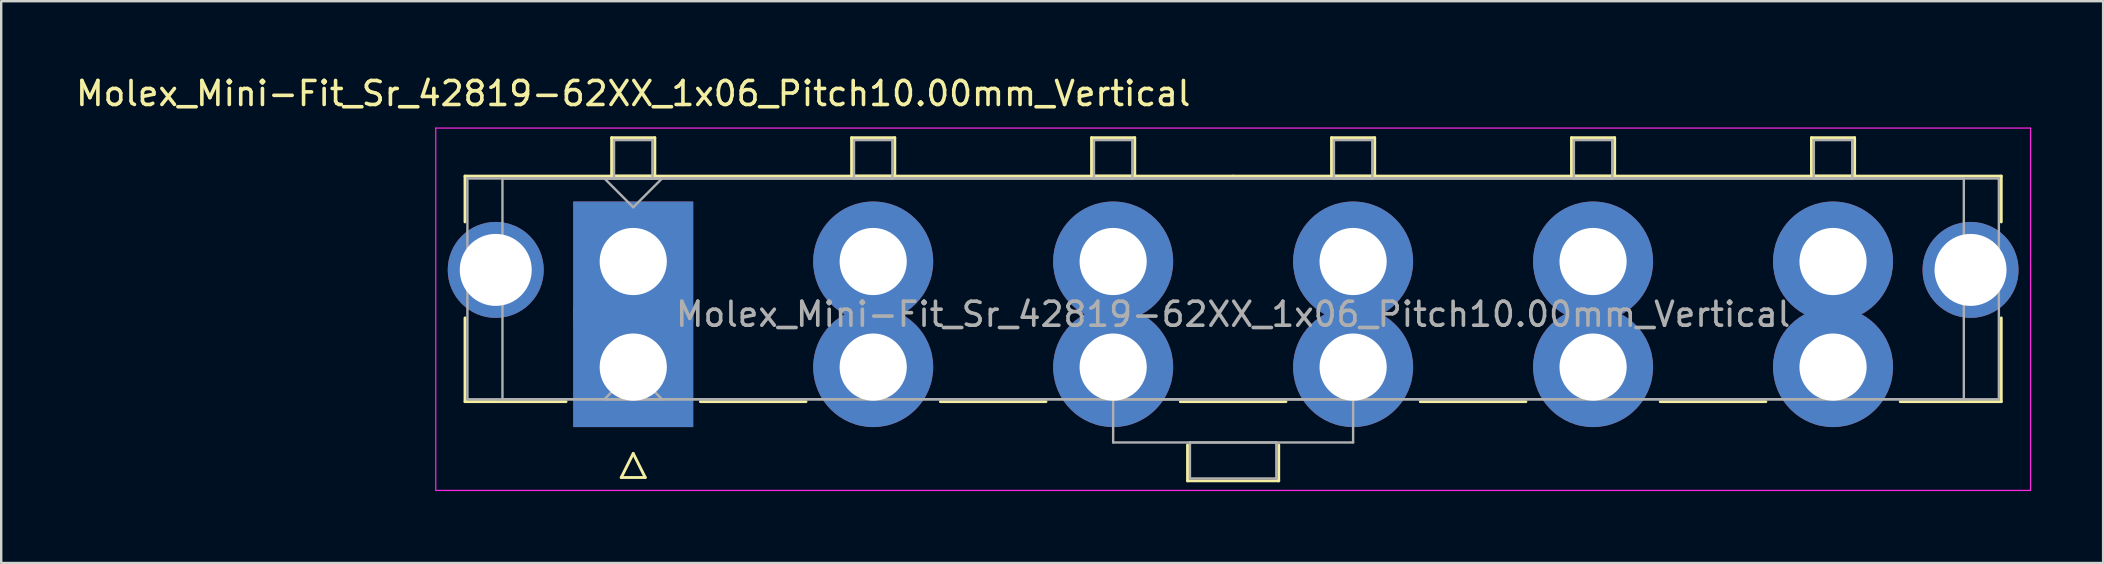
<source format=kicad_pcb>
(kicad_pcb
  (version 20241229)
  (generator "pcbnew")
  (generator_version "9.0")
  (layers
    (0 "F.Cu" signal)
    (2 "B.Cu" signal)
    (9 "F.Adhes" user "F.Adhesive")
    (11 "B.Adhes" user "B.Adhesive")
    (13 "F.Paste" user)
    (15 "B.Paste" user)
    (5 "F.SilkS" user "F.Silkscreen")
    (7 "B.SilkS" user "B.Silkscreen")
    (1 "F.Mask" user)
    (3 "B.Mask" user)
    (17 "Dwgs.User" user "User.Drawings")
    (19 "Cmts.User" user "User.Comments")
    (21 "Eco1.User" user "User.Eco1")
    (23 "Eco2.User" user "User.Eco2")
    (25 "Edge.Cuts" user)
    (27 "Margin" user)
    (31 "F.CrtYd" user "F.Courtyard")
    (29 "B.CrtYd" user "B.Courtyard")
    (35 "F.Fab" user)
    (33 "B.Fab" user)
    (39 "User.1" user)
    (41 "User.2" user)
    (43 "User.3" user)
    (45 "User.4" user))
  (footprint "Molex_Mini-Fit_Sr_42819-62XX_1x06_Pitch10.00mm_Vertical"
    (layer "F.Cu")
    (at 23.339 7.848)
    (property "Reference" "Molex_Mini-Fit_Sr_42819-62XX_1x06_Pitch10.00mm_Vertical" (at 0 -7 0) (layer "F.SilkS") (effects (font (size 1 1) (thickness 0.15))))
    (attr through_hole)
    (fp_line (start -7.01 -3.56) (end -7.01 -1.65) (stroke (width 0.12) (type solid)) (layer "F.SilkS"))
    (fp_line (start -7.01 2.35) (end -7.01 5.84) (stroke (width 0.12) (type solid)) (layer "F.SilkS"))
    (fp_line (start -7.01 5.84) (end -2.8 5.84) (stroke (width 0.12) (type solid)) (layer "F.SilkS"))
    (fp_line (start -0.9 -5.16) (end 0.9 -5.16) (stroke (width 0.12) (type solid)) (layer "F.SilkS"))
    (fp_line (start -0.9 -3.56) (end -0.9 -5.16) (stroke (width 0.12) (type solid)) (layer "F.SilkS"))
    (fp_line (start -0.5 9) (end 0 8) (stroke (width 0.12) (type solid)) (layer "F.SilkS"))
    (fp_line (start 0 8) (end 0.5 9) (stroke (width 0.12) (type solid)) (layer "F.SilkS"))
    (fp_line (start 0.5 9) (end -0.5 9) (stroke (width 0.12) (type solid)) (layer "F.SilkS"))
    (fp_line (start 0.9 -5.16) (end 0.9 -3.56) (stroke (width 0.12) (type solid)) (layer "F.SilkS"))
    (fp_line (start 0.9 -3.56) (end -0.9 -3.56) (stroke (width 0.12) (type solid)) (layer "F.SilkS"))
    (fp_line (start 2.8 5.84) (end 7.2 5.84) (stroke (width 0.12) (type solid)) (layer "F.SilkS"))
    (fp_line (start 9.1 -5.16) (end 10.9 -5.16) (stroke (width 0.12) (type solid)) (layer "F.SilkS"))
    (fp_line (start 9.1 -3.56) (end 9.1 -5.16) (stroke (width 0.12) (type solid)) (layer "F.SilkS"))
    (fp_line (start 10.9 -5.16) (end 10.9 -3.56) (stroke (width 0.12) (type solid)) (layer "F.SilkS"))
    (fp_line (start 10.9 -3.56) (end 9.1 -3.56) (stroke (width 0.12) (type solid)) (layer "F.SilkS"))
    (fp_line (start 12.8 5.84) (end 17.2 5.84) (stroke (width 0.12) (type solid)) (layer "F.SilkS"))
    (fp_line (start 19.1 -5.16) (end 20.9 -5.16) (stroke (width 0.12) (type solid)) (layer "F.SilkS"))
    (fp_line (start 19.1 -3.56) (end 19.1 -5.16) (stroke (width 0.12) (type solid)) (layer "F.SilkS"))
    (fp_line (start 20.9 -5.16) (end 20.9 -3.56) (stroke (width 0.12) (type solid)) (layer "F.SilkS"))
    (fp_line (start 20.9 -3.56) (end 19.1 -3.56) (stroke (width 0.12) (type solid)) (layer "F.SilkS"))
    (fp_line (start 22.8 5.84) (end 27.2 5.84) (stroke (width 0.12) (type solid)) (layer "F.SilkS"))
    (fp_line (start 23.1 7.64) (end 23.1 9.14) (stroke (width 0.12) (type solid)) (layer "F.SilkS"))
    (fp_line (start 23.1 9.14) (end 26.9 9.14) (stroke (width 0.12) (type solid)) (layer "F.SilkS"))
    (fp_line (start 25 -3.56) (end -7.01 -3.56) (stroke (width 0.12) (type solid)) (layer "F.SilkS"))
    (fp_line (start 25 -3.56) (end 57.01 -3.56) (stroke (width 0.12) (type solid)) (layer "F.SilkS"))
    (fp_line (start 26.9 9.14) (end 26.9 7.64) (stroke (width 0.12) (type solid)) (layer "F.SilkS"))
    (fp_line (start 29.1 -5.16) (end 30.9 -5.16) (stroke (width 0.12) (type solid)) (layer "F.SilkS"))
    (fp_line (start 29.1 -3.56) (end 29.1 -5.16) (stroke (width 0.12) (type solid)) (layer "F.SilkS"))
    (fp_line (start 30.9 -5.16) (end 30.9 -3.56) (stroke (width 0.12) (type solid)) (layer "F.SilkS"))
    (fp_line (start 30.9 -3.56) (end 29.1 -3.56) (stroke (width 0.12) (type solid)) (layer "F.SilkS"))
    (fp_line (start 32.8 5.84) (end 37.2 5.84) (stroke (width 0.12) (type solid)) (layer "F.SilkS"))
    (fp_line (start 39.1 -5.16) (end 40.9 -5.16) (stroke (width 0.12) (type solid)) (layer "F.SilkS"))
    (fp_line (start 39.1 -3.56) (end 39.1 -5.16) (stroke (width 0.12) (type solid)) (layer "F.SilkS"))
    (fp_line (start 40.9 -5.16) (end 40.9 -3.56) (stroke (width 0.12) (type solid)) (layer "F.SilkS"))
    (fp_line (start 40.9 -3.56) (end 39.1 -3.56) (stroke (width 0.12) (type solid)) (layer "F.SilkS"))
    (fp_line (start 42.8 5.84) (end 47.2 5.84) (stroke (width 0.12) (type solid)) (layer "F.SilkS"))
    (fp_line (start 49.1 -5.16) (end 50.9 -5.16) (stroke (width 0.12) (type solid)) (layer "F.SilkS"))
    (fp_line (start 49.1 -3.56) (end 49.1 -5.16) (stroke (width 0.12) (type solid)) (layer "F.SilkS"))
    (fp_line (start 50.9 -5.16) (end 50.9 -3.56) (stroke (width 0.12) (type solid)) (layer "F.SilkS"))
    (fp_line (start 50.9 -3.56) (end 49.1 -3.56) (stroke (width 0.12) (type solid)) (layer "F.SilkS"))
    (fp_line (start 57.01 -3.56) (end 57.01 -1.65) (stroke (width 0.12) (type solid)) (layer "F.SilkS"))
    (fp_line (start 57.01 2.35) (end 57.01 5.84) (stroke (width 0.12) (type solid)) (layer "F.SilkS"))
    (fp_line (start 57.01 5.84) (end 52.8 5.84) (stroke (width 0.12) (type solid)) (layer "F.SilkS"))
    (fp_line (start -8.23 -5.56) (end -8.23 9.54) (stroke (width 0.05) (type solid)) (layer "F.CrtYd"))
    (fp_line (start -8.23 9.54) (end 58.23 9.54) (stroke (width 0.05) (type solid)) (layer "F.CrtYd"))
    (fp_line (start 58.23 -5.56) (end -8.23 -5.56) (stroke (width 0.05) (type solid)) (layer "F.CrtYd"))
    (fp_line (start 58.23 9.54) (end 58.23 -5.56) (stroke (width 0.05) (type solid)) (layer "F.CrtYd"))
    (fp_line (start -6.91 -3.46) (end -6.91 5.74) (stroke (width 0.1) (type solid)) (layer "F.Fab"))
    (fp_line (start -6.91 5.74) (end 56.91 5.74) (stroke (width 0.1) (type solid)) (layer "F.Fab"))
    (fp_line (start -5.45 -3.46) (end -5.45 5.74) (stroke (width 0.1) (type solid)) (layer "F.Fab"))
    (fp_line (start -5.45 5.74) (end 55.45 5.74) (stroke (width 0.1) (type solid)) (layer "F.Fab"))
    (fp_line (start -1.2 -3.46) (end 0 -2.26) (stroke (width 0.1) (type solid)) (layer "F.Fab"))
    (fp_line (start -1.2 5.74) (end 0 4.54) (stroke (width 0.1) (type solid)) (layer "F.Fab"))
    (fp_line (start -0.8 -5.06) (end 0.8 -5.06) (stroke (width 0.1) (type solid)) (layer "F.Fab"))
    (fp_line (start -0.8 -3.46) (end -0.8 -5.06) (stroke (width 0.1) (type solid)) (layer "F.Fab"))
    (fp_line (start 0 -2.26) (end 1.2 -3.46) (stroke (width 0.1) (type solid)) (layer "F.Fab"))
    (fp_line (start 0 4.54) (end 1.2 5.74) (stroke (width 0.1) (type solid)) (layer "F.Fab"))
    (fp_line (start 0.8 -5.06) (end 0.8 -3.46) (stroke (width 0.1) (type solid)) (layer "F.Fab"))
    (fp_line (start 0.8 -3.46) (end -0.8 -3.46) (stroke (width 0.1) (type solid)) (layer "F.Fab"))
    (fp_line (start 1.2 -3.46) (end -1.2 -3.46) (stroke (width 0.1) (type solid)) (layer "F.Fab"))
    (fp_line (start 1.2 5.74) (end -1.2 5.74) (stroke (width 0.1) (type solid)) (layer "F.Fab"))
    (fp_line (start 9.2 -5.06) (end 10.8 -5.06) (stroke (width 0.1) (type solid)) (layer "F.Fab"))
    (fp_line (start 9.2 -3.46) (end 9.2 -5.06) (stroke (width 0.1) (type solid)) (layer "F.Fab"))
    (fp_line (start 10.8 -5.06) (end 10.8 -3.46) (stroke (width 0.1) (type solid)) (layer "F.Fab"))
    (fp_line (start 10.8 -3.46) (end 9.2 -3.46) (stroke (width 0.1) (type solid)) (layer "F.Fab"))
    (fp_line (start 19.2 -5.06) (end 20.8 -5.06) (stroke (width 0.1) (type solid)) (layer "F.Fab"))
    (fp_line (start 19.2 -3.46) (end 19.2 -5.06) (stroke (width 0.1) (type solid)) (layer "F.Fab"))
    (fp_line (start 20 5.74) (end 20 7.54) (stroke (width 0.1) (type solid)) (layer "F.Fab"))
    (fp_line (start 20 7.54) (end 30 7.54) (stroke (width 0.1) (type solid)) (layer "F.Fab"))
    (fp_line (start 20.8 -5.06) (end 20.8 -3.46) (stroke (width 0.1) (type solid)) (layer "F.Fab"))
    (fp_line (start 20.8 -3.46) (end 19.2 -3.46) (stroke (width 0.1) (type solid)) (layer "F.Fab"))
    (fp_line (start 23.2 7.54) (end 23.2 9.04) (stroke (width 0.1) (type solid)) (layer "F.Fab"))
    (fp_line (start 23.2 9.04) (end 26.8 9.04) (stroke (width 0.1) (type solid)) (layer "F.Fab"))
    (fp_line (start 26.8 7.54) (end 23.2 7.54) (stroke (width 0.1) (type solid)) (layer "F.Fab"))
    (fp_line (start 26.8 9.04) (end 26.8 7.54) (stroke (width 0.1) (type solid)) (layer "F.Fab"))
    (fp_line (start 29.2 -5.06) (end 30.8 -5.06) (stroke (width 0.1) (type solid)) (layer "F.Fab"))
    (fp_line (start 29.2 -3.46) (end 29.2 -5.06) (stroke (width 0.1) (type solid)) (layer "F.Fab"))
    (fp_line (start 30 5.74) (end 20 5.74) (stroke (width 0.1) (type solid)) (layer "F.Fab"))
    (fp_line (start 30 7.54) (end 30 5.74) (stroke (width 0.1) (type solid)) (layer "F.Fab"))
    (fp_line (start 30.8 -5.06) (end 30.8 -3.46) (stroke (width 0.1) (type solid)) (layer "F.Fab"))
    (fp_line (start 30.8 -3.46) (end 29.2 -3.46) (stroke (width 0.1) (type solid)) (layer "F.Fab"))
    (fp_line (start 39.2 -5.06) (end 40.8 -5.06) (stroke (width 0.1) (type solid)) (layer "F.Fab"))
    (fp_line (start 39.2 -3.46) (end 39.2 -5.06) (stroke (width 0.1) (type solid)) (layer "F.Fab"))
    (fp_line (start 40.8 -5.06) (end 40.8 -3.46) (stroke (width 0.1) (type solid)) (layer "F.Fab"))
    (fp_line (start 40.8 -3.46) (end 39.2 -3.46) (stroke (width 0.1) (type solid)) (layer "F.Fab"))
    (fp_line (start 49.2 -5.06) (end 50.8 -5.06) (stroke (width 0.1) (type solid)) (layer "F.Fab"))
    (fp_line (start 49.2 -3.46) (end 49.2 -5.06) (stroke (width 0.1) (type solid)) (layer "F.Fab"))
    (fp_line (start 50.8 -5.06) (end 50.8 -3.46) (stroke (width 0.1) (type solid)) (layer "F.Fab"))
    (fp_line (start 50.8 -3.46) (end 49.2 -3.46) (stroke (width 0.1) (type solid)) (layer "F.Fab"))
    (fp_line (start 55.45 -3.46) (end -5.45 -3.46) (stroke (width 0.1) (type solid)) (layer "F.Fab"))
    (fp_line (start 55.45 5.74) (end 55.45 -3.46) (stroke (width 0.1) (type solid)) (layer "F.Fab"))
    (fp_line (start 56.91 -3.46) (end -6.91 -3.46) (stroke (width 0.1) (type solid)) (layer "F.Fab"))
    (fp_line (start 56.91 5.74) (end 56.91 -3.46) (stroke (width 0.1) (type solid)) (layer "F.Fab"))
    (fp_text user "${REFERENCE}" (at 25 2.2 0) (layer "F.Fab") (effects (font (size 1 1) (thickness 0.15))))
    (pad "" thru_hole circle (at -5.73 0.35) (size 4 4) (drill 3) (layers "*.Cu" "*.Mask"))
    (pad "" thru_hole circle (at 55.73 0.35) (size 4 4) (drill 3) (layers "*.Cu" "*.Mask"))
    (pad "1" thru_hole rect (at 0 0) (size 5 5) (drill 2.8) (layers "*.Cu" "*.Mask"))
    (pad "1" thru_hole rect (at 0 4.4) (size 5 5) (drill 2.8) (layers "*.Cu" "*.Mask"))
    (pad "2" thru_hole circle (at 10 0) (size 5 5) (drill 2.8) (layers "*.Cu" "*.Mask"))
    (pad "2" thru_hole circle (at 10 4.4) (size 5 5) (drill 2.8) (layers "*.Cu" "*.Mask"))
    (pad "3" thru_hole circle (at 20 0) (size 5 5) (drill 2.8) (layers "*.Cu" "*.Mask"))
    (pad "3" thru_hole circle (at 20 4.4) (size 5 5) (drill 2.8) (layers "*.Cu" "*.Mask"))
    (pad "4" thru_hole circle (at 30 0) (size 5 5) (drill 2.8) (layers "*.Cu" "*.Mask"))
    (pad "4" thru_hole circle (at 30 4.4) (size 5 5) (drill 2.8) (layers "*.Cu" "*.Mask"))
    (pad "5" thru_hole circle (at 40 0) (size 5 5) (drill 2.8) (layers "*.Cu" "*.Mask"))
    (pad "5" thru_hole circle (at 40 4.4) (size 5 5) (drill 2.8) (layers "*.Cu" "*.Mask"))
    (pad "6" thru_hole circle (at 50 0) (size 5 5) (drill 2.8) (layers "*.Cu" "*.Mask"))
    (pad "6" thru_hole circle (at 50 4.4) (size 5 5) (drill 2.8) (layers "*.Cu" "*.Mask")))
  (gr_rect
    (start -3 -3)
    (end 84.594 20.413)
    (stroke (width 0.1) (type default))
    (fill no)
    (layer "Edge.Cuts")))
</source>
